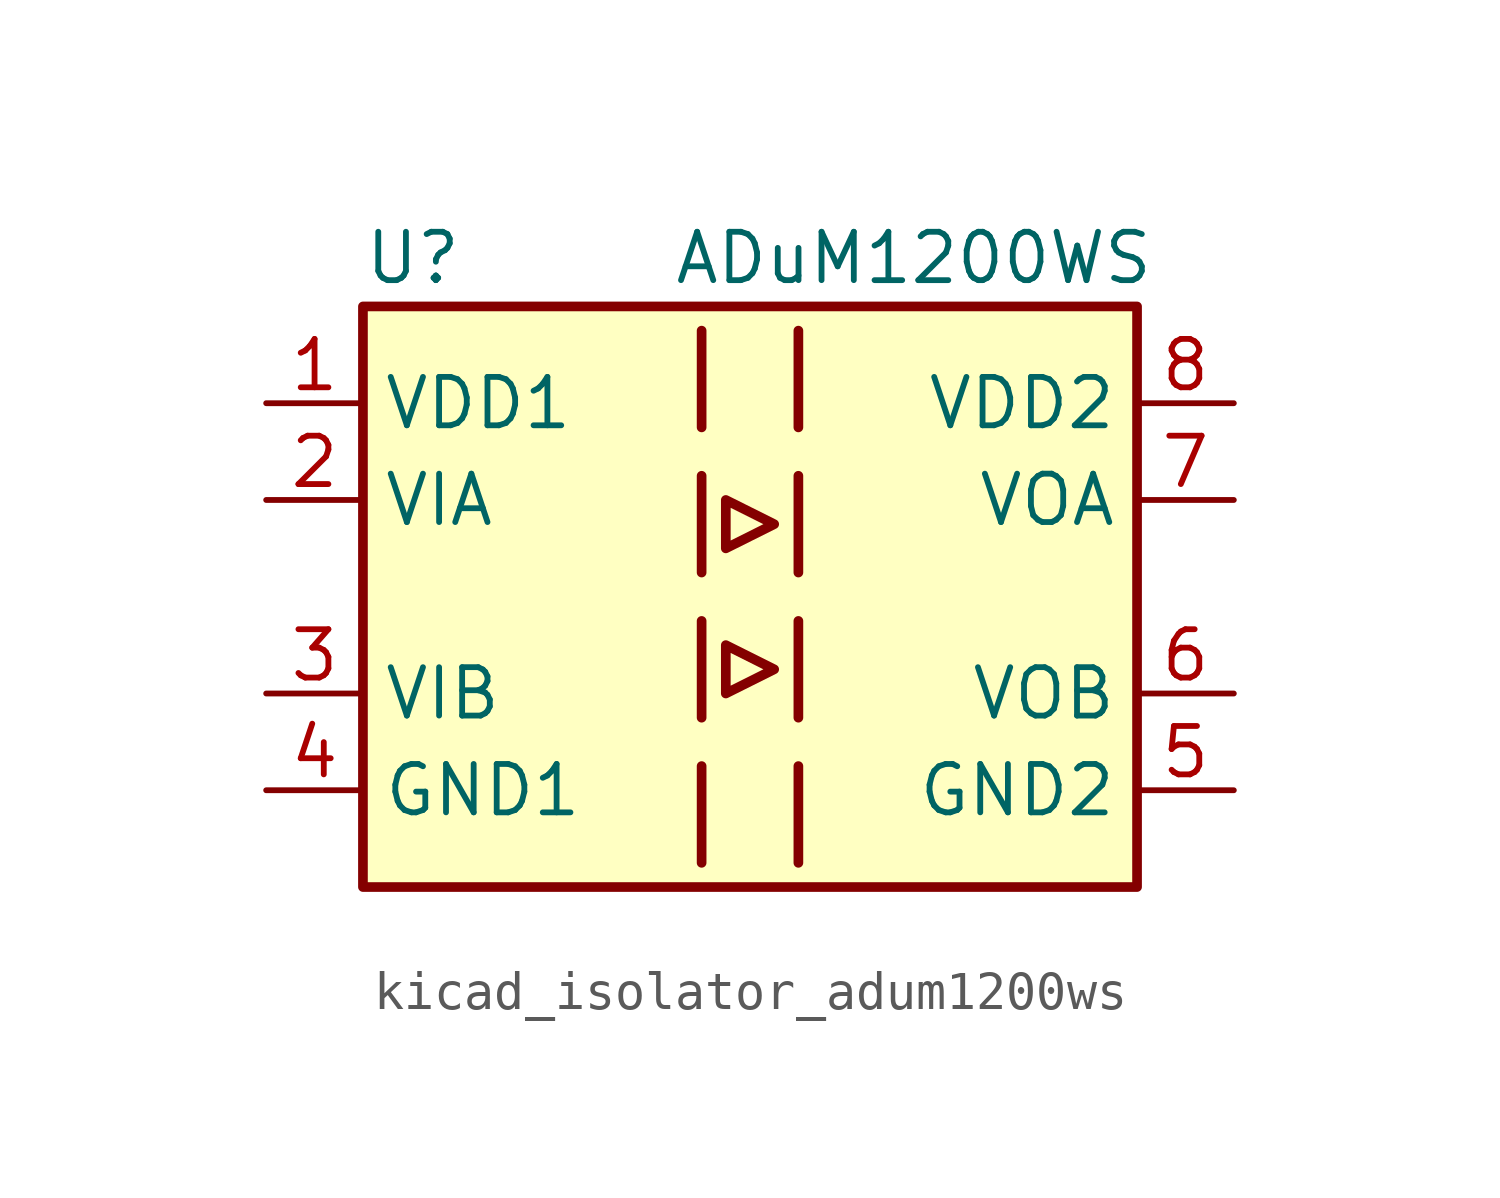
<source format=kicad_sym>
(kicad_symbol_lib
  (version 20220914)
  (generator kicad_symbol_editor)
  (symbol "kicad_isolator_adum1200ws"
    (property "Reference" "U"
      (at -10.16 8.89 0)
      (effects (font (size 1.27 1.27)) (justify left)))
    (property "Value" "ADuM1200WS"
      (at -2.032 8.89 0)
      (effects (font (size 1.27 1.27)) (justify left)))
    (symbol "kicad_isolator_adum1200ws_0_1"
      (rectangle (start -10.16 7.62) (end 10.16 -7.62) (stroke (width 0.254) (type default)) (fill (type background)))
      (polyline (pts (xy -1.27 -4.445) (xy -1.27 -6.985)) (stroke (width 0.254) (type default)) (fill (type none)))
      (polyline (pts (xy -1.27 -0.635) (xy -1.27 -3.175)) (stroke (width 0.254) (type default)) (fill (type none)))
      (polyline (pts (xy -1.27 3.175) (xy -1.27 0.635)) (stroke (width 0.254) (type default)) (fill (type none)))
      (polyline (pts (xy -1.27 6.985) (xy -1.27 4.445)) (stroke (width 0.254) (type default)) (fill (type none)))
      (polyline (pts (xy 1.27 -4.445) (xy 1.27 -6.985)) (stroke (width 0.254) (type default)) (fill (type none)))
      (polyline (pts (xy 1.27 -0.635) (xy 1.27 -3.175)) (stroke (width 0.254) (type default)) (fill (type none)))
      (polyline (pts (xy 1.27 3.175) (xy 1.27 0.635)) (stroke (width 0.254) (type default)) (fill (type none)))
      (polyline (pts (xy 1.27 6.985) (xy 1.27 4.445)) (stroke (width 0.254) (type default)) (fill (type none)))
      (polyline (pts (xy -0.635 -1.27) (xy -0.635 -2.54) (xy 0.635 -1.905) (xy -0.635 -1.27)) (stroke (width 0.254) (type default)) (fill (type none)))
      (polyline (pts (xy -0.635 1.27) (xy 0.635 1.905) (xy -0.635 2.54) (xy -0.635 1.27)) (stroke (width 0.254) (type default)) (fill (type none))))
    (symbol "kicad_isolator_adum1200ws_1_1"
      (pin power_in line (at -12.7 5.08 0) (length 2.54) (name "VDD1" (effects (font (size 1.27 1.27)))) (number "1" (effects (font (size 1.27 1.27)))))
      (pin input line (at -12.7 2.54 0) (length 2.54) (name "VIA" (effects (font (size 1.27 1.27)))) (number "2" (effects (font (size 1.27 1.27)))))
      (pin input line (at -12.7 -2.54 0) (length 2.54) (name "VIB" (effects (font (size 1.27 1.27)))) (number "3" (effects (font (size 1.27 1.27)))))
      (pin power_in line (at -12.7 -5.08 0) (length 2.54) (name "GND1" (effects (font (size 1.27 1.27)))) (number "4" (effects (font (size 1.27 1.27)))))
      (pin power_in line (at 12.7 -5.08 180) (length 2.54) (name "GND2" (effects (font (size 1.27 1.27)))) (number "5" (effects (font (size 1.27 1.27)))))
      (pin output line (at 12.7 -2.54 180) (length 2.54) (name "VOB" (effects (font (size 1.27 1.27)))) (number "6" (effects (font (size 1.27 1.27)))))
      (pin output line (at 12.7 2.54 180) (length 2.54) (name "VOA" (effects (font (size 1.27 1.27)))) (number "7" (effects (font (size 1.27 1.27)))))
      (pin power_in line (at 12.7 5.08 180) (length 2.54) (name "VDD2" (effects (font (size 1.27 1.27)))) (number "8" (effects (font (size 1.27 1.27))))))))
</source>
